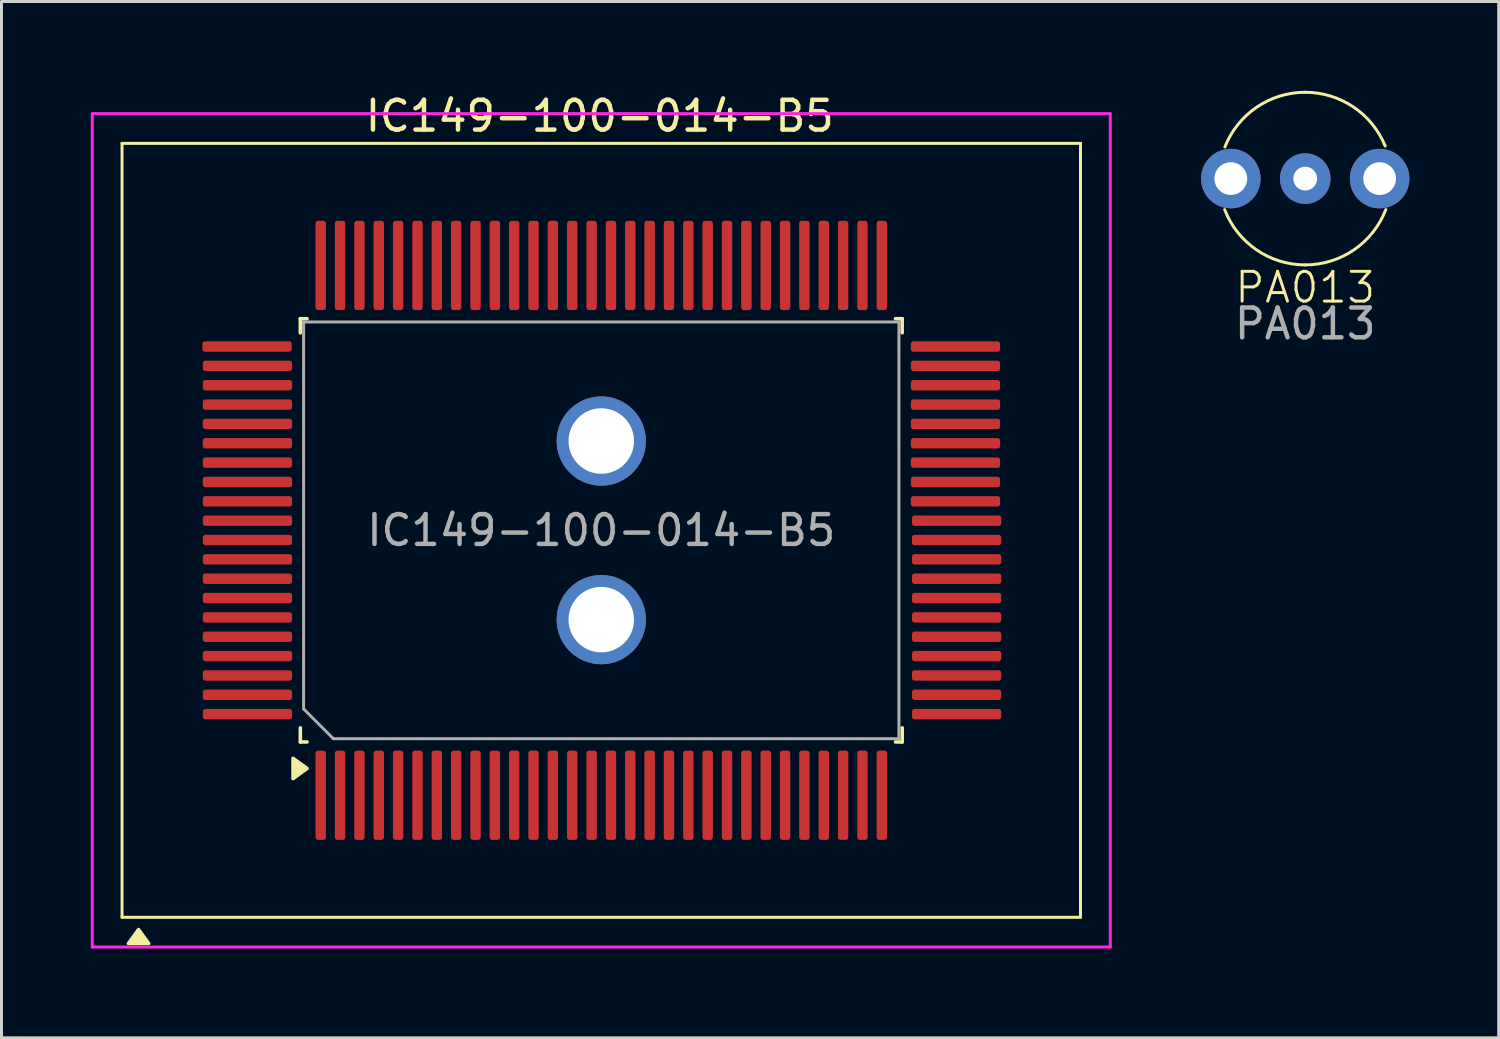
<source format=kicad_pcb>
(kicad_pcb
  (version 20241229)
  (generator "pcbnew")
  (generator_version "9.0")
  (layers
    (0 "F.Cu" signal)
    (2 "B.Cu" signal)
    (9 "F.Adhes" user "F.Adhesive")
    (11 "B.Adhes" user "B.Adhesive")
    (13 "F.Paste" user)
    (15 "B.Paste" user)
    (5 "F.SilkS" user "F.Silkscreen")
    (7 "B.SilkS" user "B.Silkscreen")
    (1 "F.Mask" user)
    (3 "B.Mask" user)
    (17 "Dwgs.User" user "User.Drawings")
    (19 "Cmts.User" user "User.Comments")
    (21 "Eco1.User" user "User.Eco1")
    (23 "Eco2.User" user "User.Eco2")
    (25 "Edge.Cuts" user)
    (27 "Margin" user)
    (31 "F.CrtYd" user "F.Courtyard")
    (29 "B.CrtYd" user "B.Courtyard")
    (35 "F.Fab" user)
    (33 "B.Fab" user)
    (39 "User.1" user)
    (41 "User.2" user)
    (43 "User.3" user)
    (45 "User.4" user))
  (footprint "PA013"
    (layer "F.Cu")
    (at 40.8 2.95)
    (property "Reference" "PA013" (at 0 3.658 0) (unlocked yes) (layer "F.SilkS") (effects (font (size 1 1) (thickness 0.1))))
    (attr through_hole)
    (fp_arc (start -2.699178 -1.060392) (mid -1.633226 -2.396365) (end 0 -2.899999) (stroke (width 0.1) (type default)) (layer "F.SilkS"))
    (fp_arc (start 0 -2.899999) (mid 1.618167 -2.40656) (end 2.685667 -1.094161) (stroke (width 0.1) (type default)) (layer "F.SilkS"))
    (fp_arc (start 0 2.899999) (mid -1.641795 2.390503) (end -2.706701 1.041039) (stroke (width 0.1) (type default)) (layer "F.SilkS"))
    (fp_arc (start 2.706701 1.041039) (mid 1.641795 2.390502) (end 0 2.899999) (stroke (width 0.1) (type default)) (layer "F.SilkS"))
    (fp_text user "${REFERENCE}" (at 0 4.877 0) (unlocked yes) (layer "F.Fab") (effects (font (size 1 1) (thickness 0.15))))
    (pad "1" thru_hole circle (at -2.5 0) (size 2 2) (drill 1.1) (layers "*.Cu" "*.Mask"))
    (pad "1" thru_hole circle (at 2.5 0) (size 2 2) (drill 1.1) (layers "*.Cu" "*.Mask"))
    (pad "2" thru_hole circle (at 0 0) (size 1.7 1.7) (drill 0.8) (layers "*.Cu" "*.Mask")))
  (footprint "IC149-100-014-B5"
    (layer "F.Cu")
    (at 17.15 14.767)
    (property "Reference" "IC149-100-014-B5" (at -0.051 -13.919 180) (layer "F.SilkS") (effects (font (size 1 1) (thickness 0.15))))
    (attr smd)
    (fp_line (start -16.1 -13) (end 16.1 -13) (stroke (width 0.1) (type solid)) (layer "F.SilkS"))
    (fp_line (start -16.1 13) (end -16.1 -13) (stroke (width 0.1) (type solid)) (layer "F.SilkS"))
    (fp_line (start -10.11 -7.11) (end -9.885 -7.11) (stroke (width 0.12) (type solid)) (layer "F.SilkS"))
    (fp_line (start -10.11 -6.635) (end -10.11 -7.11) (stroke (width 0.12) (type solid)) (layer "F.SilkS"))
    (fp_line (start -10.11 6.635) (end -10.11 7.11) (stroke (width 0.12) (type solid)) (layer "F.SilkS"))
    (fp_line (start -10.11 7.11) (end -9.885 7.11) (stroke (width 0.12) (type solid)) (layer "F.SilkS"))
    (fp_line (start 10.109 -7.11) (end 9.884 -7.11) (stroke (width 0.12) (type solid)) (layer "F.SilkS"))
    (fp_line (start 10.109 -6.637) (end 10.109 -7.11) (stroke (width 0.12) (type solid)) (layer "F.SilkS"))
    (fp_line (start 10.11 6.635) (end 10.11 7.11) (stroke (width 0.12) (type solid)) (layer "F.SilkS"))
    (fp_line (start 10.11 7.11) (end 9.885 7.11) (stroke (width 0.12) (type solid)) (layer "F.SilkS"))
    (fp_line (start 16.1 -13) (end 16.1 13) (stroke (width 0.1) (type solid)) (layer "F.SilkS"))
    (fp_line (start 16.1 13) (end -16.1 13) (stroke (width 0.1) (type solid)) (layer "F.SilkS"))
    (fp_poly (pts (xy -15.545 13.411) (xy -15.205 13.881) (xy -15.885 13.881) (xy -15.545 13.411)) (stroke (width 0.12) (type solid)) (fill yes) (layer "F.SilkS"))
    (fp_poly (pts (xy -9.885 8) (xy -10.355 8.34) (xy -10.355 7.66) (xy -9.885 8)) (stroke (width 0.12) (type solid)) (fill yes) (layer "F.SilkS"))
    (fp_line (start -17.1 -14) (end 17.1 -14) (stroke (width 0.1) (type solid)) (layer "F.CrtYd"))
    (fp_line (start -17.1 14) (end -17.1 -14) (stroke (width 0.1) (type solid)) (layer "F.CrtYd"))
    (fp_line (start 17.1 -14) (end 17.1 14) (stroke (width 0.1) (type solid)) (layer "F.CrtYd"))
    (fp_line (start 17.1 14) (end -17.1 14) (stroke (width 0.1) (type solid)) (layer "F.CrtYd"))
    (fp_line (start -10 -7) (end 10 -7) (stroke (width 0.1) (type solid)) (layer "F.Fab"))
    (fp_line (start -10 6) (end -10 -7) (stroke (width 0.1) (type solid)) (layer "F.Fab"))
    (fp_line (start -9 7) (end -10 6) (stroke (width 0.1) (type solid)) (layer "F.Fab"))
    (fp_line (start 10 -7) (end 10 7) (stroke (width 0.1) (type solid)) (layer "F.Fab"))
    (fp_line (start 10 7) (end -9 7) (stroke (width 0.1) (type solid)) (layer "F.Fab"))
    (fp_text user "${REFERENCE}" (at 0 0 180) (layer "F.Fab") (effects (font (size 1 1) (thickness 0.15))))
    (pad "1" smd roundrect (at -9.425 8.9 90) (size 3 0.35) (layers "F.Cu" "F.Mask" "F.Paste") (roundrect_rratio 0.25))
    (pad "2" smd roundrect (at -8.775 8.9 90) (size 3 0.35) (layers "F.Cu" "F.Mask" "F.Paste") (roundrect_rratio 0.25))
    (pad "3" smd roundrect (at -8.125 8.9 90) (size 3 0.35) (layers "F.Cu" "F.Mask" "F.Paste") (roundrect_rratio 0.25))
    (pad "4" smd roundrect (at -7.475 8.9 90) (size 3 0.35) (layers "F.Cu" "F.Mask" "F.Paste") (roundrect_rratio 0.25))
    (pad "5" smd roundrect (at -6.825 8.9 90) (size 3 0.35) (layers "F.Cu" "F.Mask" "F.Paste") (roundrect_rratio 0.25))
    (pad "6" smd roundrect (at -6.175 8.9 90) (size 3 0.35) (layers "F.Cu" "F.Mask" "F.Paste") (roundrect_rratio 0.25))
    (pad "7" smd roundrect (at -5.525 8.9 90) (size 3 0.35) (layers "F.Cu" "F.Mask" "F.Paste") (roundrect_rratio 0.25))
    (pad "8" smd roundrect (at -4.875 8.9 90) (size 3 0.35) (layers "F.Cu" "F.Mask" "F.Paste") (roundrect_rratio 0.25))
    (pad "9" smd roundrect (at -4.225 8.9 90) (size 3 0.35) (layers "F.Cu" "F.Mask" "F.Paste") (roundrect_rratio 0.25))
    (pad "10" smd roundrect (at -3.575 8.9 90) (size 3 0.35) (layers "F.Cu" "F.Mask" "F.Paste") (roundrect_rratio 0.25))
    (pad "11" smd roundrect (at -2.925 8.9 90) (size 3 0.35) (layers "F.Cu" "F.Mask" "F.Paste") (roundrect_rratio 0.25))
    (pad "12" smd roundrect (at -2.275 8.9 90) (size 3 0.35) (layers "F.Cu" "F.Mask" "F.Paste") (roundrect_rratio 0.25))
    (pad "13" smd roundrect (at -1.625 8.9 90) (size 3 0.35) (layers "F.Cu" "F.Mask" "F.Paste") (roundrect_rratio 0.25))
    (pad "14" smd roundrect (at -0.975 8.9 90) (size 3 0.35) (layers "F.Cu" "F.Mask" "F.Paste") (roundrect_rratio 0.25))
    (pad "15" smd roundrect (at -0.325 8.9 90) (size 3 0.35) (layers "F.Cu" "F.Mask" "F.Paste") (roundrect_rratio 0.25))
    (pad "16" smd roundrect (at 0.325 8.9 90) (size 3 0.35) (layers "F.Cu" "F.Mask" "F.Paste") (roundrect_rratio 0.25))
    (pad "17" smd roundrect (at 0.975 8.9 90) (size 3 0.35) (layers "F.Cu" "F.Mask" "F.Paste") (roundrect_rratio 0.25))
    (pad "18" smd roundrect (at 1.625 8.9 90) (size 3 0.35) (layers "F.Cu" "F.Mask" "F.Paste") (roundrect_rratio 0.25))
    (pad "19" smd roundrect (at 2.275 8.9 90) (size 3 0.35) (layers "F.Cu" "F.Mask" "F.Paste") (roundrect_rratio 0.25))
    (pad "20" smd roundrect (at 2.925 8.9 90) (size 3 0.35) (layers "F.Cu" "F.Mask" "F.Paste") (roundrect_rratio 0.25))
    (pad "21" smd roundrect (at 3.575 8.9 90) (size 3 0.35) (layers "F.Cu" "F.Mask" "F.Paste") (roundrect_rratio 0.25))
    (pad "22" smd roundrect (at 4.225 8.9 90) (size 3 0.35) (layers "F.Cu" "F.Mask" "F.Paste") (roundrect_rratio 0.25))
    (pad "23" smd roundrect (at 4.875 8.9 90) (size 3 0.35) (layers "F.Cu" "F.Mask" "F.Paste") (roundrect_rratio 0.25))
    (pad "24" smd roundrect (at 5.525 8.9 90) (size 3 0.35) (layers "F.Cu" "F.Mask" "F.Paste") (roundrect_rratio 0.25))
    (pad "25" smd roundrect (at 6.175 8.9 90) (size 3 0.35) (layers "F.Cu" "F.Mask" "F.Paste") (roundrect_rratio 0.25))
    (pad "26" smd roundrect (at 6.825 8.9 90) (size 3 0.35) (layers "F.Cu" "F.Mask" "F.Paste") (roundrect_rratio 0.25))
    (pad "27" smd roundrect (at 7.475 8.9 90) (size 3 0.35) (layers "F.Cu" "F.Mask" "F.Paste") (roundrect_rratio 0.25))
    (pad "28" smd roundrect (at 8.125 8.9 90) (size 3 0.35) (layers "F.Cu" "F.Mask" "F.Paste") (roundrect_rratio 0.25))
    (pad "29" smd roundrect (at 8.775 8.9 90) (size 3 0.35) (layers "F.Cu" "F.Mask" "F.Paste") (roundrect_rratio 0.25))
    (pad "30" smd roundrect (at 9.425 8.9 90) (size 3 0.35) (layers "F.Cu" "F.Mask" "F.Paste") (roundrect_rratio 0.25))
    (pad "31" smd roundrect (at 11.938 6.175 90) (size 0.35 3) (layers "F.Cu" "F.Mask" "F.Paste") (roundrect_rratio 0.25))
    (pad "32" smd roundrect (at 11.938 5.525 90) (size 0.35 3) (layers "F.Cu" "F.Mask" "F.Paste") (roundrect_rratio 0.25))
    (pad "33" smd roundrect (at 11.938 4.875 90) (size 0.35 3) (layers "F.Cu" "F.Mask" "F.Paste") (roundrect_rratio 0.25))
    (pad "34" smd roundrect (at 11.938 4.225 90) (size 0.35 3) (layers "F.Cu" "F.Mask" "F.Paste") (roundrect_rratio 0.25))
    (pad "35" smd roundrect (at 11.938 3.575 90) (size 0.35 3) (layers "F.Cu" "F.Mask" "F.Paste") (roundrect_rratio 0.25))
    (pad "36" smd roundrect (at 11.938 2.925 90) (size 0.35 3) (layers "F.Cu" "F.Mask" "F.Paste") (roundrect_rratio 0.25))
    (pad "37" smd roundrect (at 11.938 2.275 90) (size 0.35 3) (layers "F.Cu" "F.Mask" "F.Paste") (roundrect_rratio 0.25))
    (pad "38" smd roundrect (at 11.938 1.625 90) (size 0.35 3) (layers "F.Cu" "F.Mask" "F.Paste") (roundrect_rratio 0.25))
    (pad "39" smd roundrect (at 11.938 0.975 90) (size 0.35 3) (layers "F.Cu" "F.Mask" "F.Paste") (roundrect_rratio 0.25))
    (pad "40" smd roundrect (at 11.938 0.325 90) (size 0.35 3) (layers "F.Cu" "F.Mask" "F.Paste") (roundrect_rratio 0.25))
    (pad "41" smd roundrect (at 11.938 -0.325 90) (size 0.35 3) (layers "F.Cu" "F.Mask" "F.Paste") (roundrect_rratio 0.25))
    (pad "42" smd roundrect (at 11.9 -0.975 90) (size 0.35 3) (layers "F.Cu" "F.Mask" "F.Paste") (roundrect_rratio 0.25))
    (pad "43" smd roundrect (at 11.9 -1.625 90) (size 0.35 3) (layers "F.Cu" "F.Mask" "F.Paste") (roundrect_rratio 0.25))
    (pad "44" smd roundrect (at 11.9 -2.275 90) (size 0.35 3) (layers "F.Cu" "F.Mask" "F.Paste") (roundrect_rratio 0.25))
    (pad "45" smd roundrect (at 11.9 -2.925 90) (size 0.35 3) (layers "F.Cu" "F.Mask" "F.Paste") (roundrect_rratio 0.25))
    (pad "46" smd roundrect (at 11.9 -3.575 90) (size 0.35 3) (layers "F.Cu" "F.Mask" "F.Paste") (roundrect_rratio 0.25))
    (pad "47" smd roundrect (at 11.9 -4.225 90) (size 0.35 3) (layers "F.Cu" "F.Mask" "F.Paste") (roundrect_rratio 0.25))
    (pad "48" smd roundrect (at 11.9 -4.875 90) (size 0.35 3) (layers "F.Cu" "F.Mask" "F.Paste") (roundrect_rratio 0.25))
    (pad "49" smd roundrect (at 11.9 -5.525 90) (size 0.35 3) (layers "F.Cu" "F.Mask" "F.Paste") (roundrect_rratio 0.25))
    (pad "50" smd roundrect (at 11.9 -6.175 90) (size 0.35 3) (layers "F.Cu" "F.Mask" "F.Paste") (roundrect_rratio 0.25))
    (pad "51" smd roundrect (at 9.425 -8.9 90) (size 3 0.35) (layers "F.Cu" "F.Mask" "F.Paste") (roundrect_rratio 0.25))
    (pad "52" smd roundrect (at 8.775 -8.9 90) (size 3 0.35) (layers "F.Cu" "F.Mask" "F.Paste") (roundrect_rratio 0.25))
    (pad "53" smd roundrect (at 8.125 -8.9 90) (size 3 0.35) (layers "F.Cu" "F.Mask" "F.Paste") (roundrect_rratio 0.25))
    (pad "54" smd roundrect (at 7.475 -8.9 90) (size 3 0.35) (layers "F.Cu" "F.Mask" "F.Paste") (roundrect_rratio 0.25))
    (pad "55" smd roundrect (at 6.825 -8.9 90) (size 3 0.35) (layers "F.Cu" "F.Mask" "F.Paste") (roundrect_rratio 0.25))
    (pad "56" smd roundrect (at 6.175 -8.9 90) (size 3 0.35) (layers "F.Cu" "F.Mask" "F.Paste") (roundrect_rratio 0.25))
    (pad "57" smd roundrect (at 5.525 -8.9 90) (size 3 0.35) (layers "F.Cu" "F.Mask" "F.Paste") (roundrect_rratio 0.25))
    (pad "58" smd roundrect (at 4.875 -8.9 90) (size 3 0.35) (layers "F.Cu" "F.Mask" "F.Paste") (roundrect_rratio 0.25))
    (pad "59" smd roundrect (at 4.225 -8.9 90) (size 3 0.35) (layers "F.Cu" "F.Mask" "F.Paste") (roundrect_rratio 0.25))
    (pad "60" smd roundrect (at 3.575 -8.9 90) (size 3 0.35) (layers "F.Cu" "F.Mask" "F.Paste") (roundrect_rratio 0.25))
    (pad "61" smd roundrect (at 2.925 -8.9 90) (size 3 0.35) (layers "F.Cu" "F.Mask" "F.Paste") (roundrect_rratio 0.25))
    (pad "62" smd roundrect (at 2.275 -8.9 90) (size 3 0.35) (layers "F.Cu" "F.Mask" "F.Paste") (roundrect_rratio 0.25))
    (pad "63" smd roundrect (at 1.625 -8.9 90) (size 3 0.35) (layers "F.Cu" "F.Mask" "F.Paste") (roundrect_rratio 0.25))
    (pad "64" smd roundrect (at 0.975 -8.9 90) (size 3 0.35) (layers "F.Cu" "F.Mask" "F.Paste") (roundrect_rratio 0.25))
    (pad "65" smd roundrect (at 0.325 -8.9 90) (size 3 0.35) (layers "F.Cu" "F.Mask" "F.Paste") (roundrect_rratio 0.25))
    (pad "66" smd roundrect (at -0.325 -8.9 90) (size 3 0.35) (layers "F.Cu" "F.Mask" "F.Paste") (roundrect_rratio 0.25))
    (pad "67" smd roundrect (at -0.975 -8.9 90) (size 3 0.35) (layers "F.Cu" "F.Mask" "F.Paste") (roundrect_rratio 0.25))
    (pad "68" smd roundrect (at -1.625 -8.9 90) (size 3 0.35) (layers "F.Cu" "F.Mask" "F.Paste") (roundrect_rratio 0.25))
    (pad "69" smd roundrect (at -2.275 -8.9 90) (size 3 0.35) (layers "F.Cu" "F.Mask" "F.Paste") (roundrect_rratio 0.25))
    (pad "70" smd roundrect (at -2.925 -8.9 90) (size 3 0.35) (layers "F.Cu" "F.Mask" "F.Paste") (roundrect_rratio 0.25))
    (pad "71" smd roundrect (at -3.575 -8.9 90) (size 3 0.35) (layers "F.Cu" "F.Mask" "F.Paste") (roundrect_rratio 0.25))
    (pad "72" smd roundrect (at -4.225 -8.9 90) (size 3 0.35) (layers "F.Cu" "F.Mask" "F.Paste") (roundrect_rratio 0.25))
    (pad "73" smd roundrect (at -4.875 -8.9 90) (size 3 0.35) (layers "F.Cu" "F.Mask" "F.Paste") (roundrect_rratio 0.25))
    (pad "74" smd roundrect (at -5.525 -8.9 90) (size 3 0.35) (layers "F.Cu" "F.Mask" "F.Paste") (roundrect_rratio 0.25))
    (pad "75" smd roundrect (at -6.175 -8.9 90) (size 3 0.35) (layers "F.Cu" "F.Mask" "F.Paste") (roundrect_rratio 0.25))
    (pad "76" smd roundrect (at -6.825 -8.9 90) (size 3 0.35) (layers "F.Cu" "F.Mask" "F.Paste") (roundrect_rratio 0.25))
    (pad "77" smd roundrect (at -7.475 -8.9 90) (size 3 0.35) (layers "F.Cu" "F.Mask" "F.Paste") (roundrect_rratio 0.25))
    (pad "78" smd roundrect (at -8.125 -8.9 90) (size 3 0.35) (layers "F.Cu" "F.Mask" "F.Paste") (roundrect_rratio 0.25))
    (pad "79" smd roundrect (at -8.775 -8.9 90) (size 3 0.35) (layers "F.Cu" "F.Mask" "F.Paste") (roundrect_rratio 0.25))
    (pad "80" smd roundrect (at -9.425 -8.9 90) (size 3 0.35) (layers "F.Cu" "F.Mask" "F.Paste") (roundrect_rratio 0.25))
    (pad "81" smd roundrect (at -11.9 -6.175 90) (size 0.35 3) (layers "F.Cu" "F.Mask" "F.Paste") (roundrect_rratio 0.25))
    (pad "82" smd roundrect (at -11.887 -5.525 90) (size 0.35 3) (layers "F.Cu" "F.Mask" "F.Paste") (roundrect_rratio 0.25))
    (pad "83" smd roundrect (at -11.887 -4.875 90) (size 0.35 3) (layers "F.Cu" "F.Mask" "F.Paste") (roundrect_rratio 0.25))
    (pad "84" smd roundrect (at -11.887 -4.225 90) (size 0.35 3) (layers "F.Cu" "F.Mask" "F.Paste") (roundrect_rratio 0.25))
    (pad "85" smd roundrect (at -11.887 -3.575 90) (size 0.35 3) (layers "F.Cu" "F.Mask" "F.Paste") (roundrect_rratio 0.25))
    (pad "86" smd roundrect (at -11.887 -2.925 90) (size 0.35 3) (layers "F.Cu" "F.Mask" "F.Paste") (roundrect_rratio 0.25))
    (pad "87" smd roundrect (at -11.887 -2.275 90) (size 0.35 3) (layers "F.Cu" "F.Mask" "F.Paste") (roundrect_rratio 0.25))
    (pad "88" smd roundrect (at -11.887 -1.625 90) (size 0.35 3) (layers "F.Cu" "F.Mask" "F.Paste") (roundrect_rratio 0.25))
    (pad "89" smd roundrect (at -11.887 -0.975 90) (size 0.35 3) (layers "F.Cu" "F.Mask" "F.Paste") (roundrect_rratio 0.25))
    (pad "90" smd roundrect (at -11.887 -0.325 90) (size 0.35 3) (layers "F.Cu" "F.Mask" "F.Paste") (roundrect_rratio 0.25))
    (pad "91" smd roundrect (at -11.887 0.325 90) (size 0.35 3) (layers "F.Cu" "F.Mask" "F.Paste") (roundrect_rratio 0.25))
    (pad "92" smd roundrect (at -11.887 0.975 90) (size 0.35 3) (layers "F.Cu" "F.Mask" "F.Paste") (roundrect_rratio 0.25))
    (pad "93" smd roundrect (at -11.887 1.625 90) (size 0.35 3) (layers "F.Cu" "F.Mask" "F.Paste") (roundrect_rratio 0.25))
    (pad "94" smd roundrect (at -11.887 2.275 90) (size 0.35 3) (layers "F.Cu" "F.Mask" "F.Paste") (roundrect_rratio 0.25))
    (pad "95" smd roundrect (at -11.887 2.925 90) (size 0.35 3) (layers "F.Cu" "F.Mask" "F.Paste") (roundrect_rratio 0.25))
    (pad "96" smd roundrect (at -11.887 3.575 90) (size 0.35 3) (layers "F.Cu" "F.Mask" "F.Paste") (roundrect_rratio 0.25))
    (pad "97" smd roundrect (at -11.887 4.225 90) (size 0.35 3) (layers "F.Cu" "F.Mask" "F.Paste") (roundrect_rratio 0.25))
    (pad "98" smd roundrect (at -11.887 4.875 90) (size 0.35 3) (layers "F.Cu" "F.Mask" "F.Paste") (roundrect_rratio 0.25))
    (pad "99" smd roundrect (at -11.887 5.525 90) (size 0.35 3) (layers "F.Cu" "F.Mask" "F.Paste") (roundrect_rratio 0.25))
    (pad "100" smd roundrect (at -11.887 6.175 90) (size 0.35 3) (layers "F.Cu" "F.Mask" "F.Paste") (roundrect_rratio 0.25))
    (pad "MH1" thru_hole circle (at 0 3) (size 3 3) (drill 2.2) (layers "*.Cu" "*.Mask"))
    (pad "MH2" thru_hole circle (at 0 -3 90) (size 3 3) (drill 2.2) (layers "*.Cu" "*.Mask")))
  (gr_rect
    (start -3 -3)
    (end 47.3 31.817)
    (stroke (width 0.1) (type default))
    (fill no)
    (layer "Edge.Cuts")))
</source>
